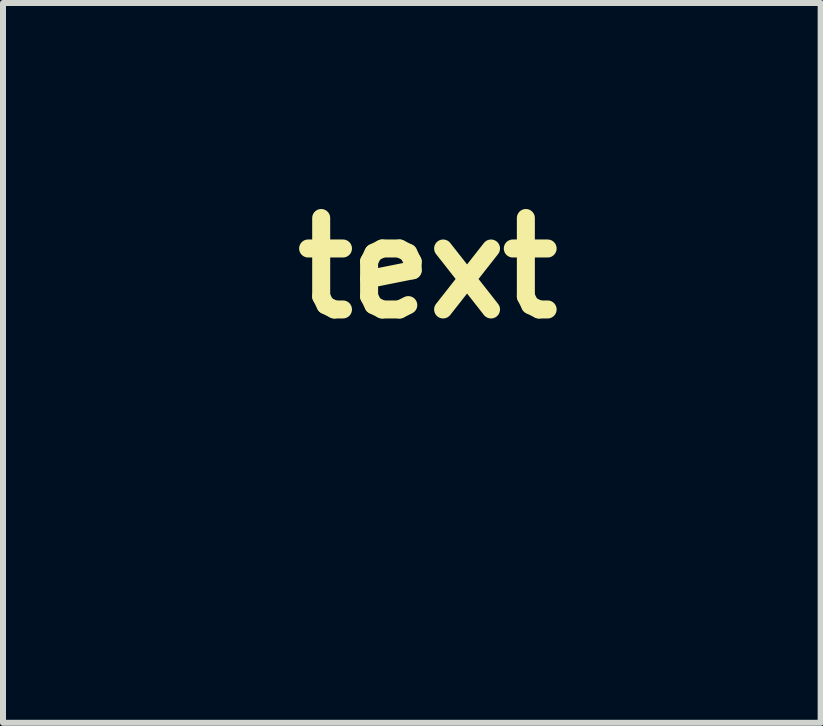
<source format=kicad_pcb>
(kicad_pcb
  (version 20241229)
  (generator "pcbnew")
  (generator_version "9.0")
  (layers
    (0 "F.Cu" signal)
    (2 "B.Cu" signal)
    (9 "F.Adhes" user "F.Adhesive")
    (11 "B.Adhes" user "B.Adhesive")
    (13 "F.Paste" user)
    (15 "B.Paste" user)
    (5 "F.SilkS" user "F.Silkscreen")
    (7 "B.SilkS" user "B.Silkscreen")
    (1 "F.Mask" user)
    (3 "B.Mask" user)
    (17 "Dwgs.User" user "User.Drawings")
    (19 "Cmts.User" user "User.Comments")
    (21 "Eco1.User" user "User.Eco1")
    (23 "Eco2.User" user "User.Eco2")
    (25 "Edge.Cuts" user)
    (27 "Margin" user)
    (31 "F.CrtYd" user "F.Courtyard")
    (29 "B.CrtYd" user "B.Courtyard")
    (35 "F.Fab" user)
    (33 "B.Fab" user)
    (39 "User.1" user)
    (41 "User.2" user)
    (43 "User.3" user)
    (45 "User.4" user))
  (footprint "text"
    (layer "F.Cu")
    (at 4.081 3.958)
    (property "Reference" "text" (at 0 -2.54 0) (layer "F.SilkS") (effects (font (size 1.524 1.524) (thickness 0.3))))
    (attr board_only exclude_from_pos_files exclude_from_bom)
    (fp_poly (pts (xy 2.83 -1.721) (xy 2.826 -1.715) (xy 2.813 -1.714) (xy 2.8 -1.717) (xy 2.805 -1.722) (xy 2.826 -1.723)) (stroke (width 0) (type solid)) (fill yes) (layer "F.Mask"))
    (fp_poly (pts (xy -0.702 -0.999) (xy -0.669 -0.98) (xy -0.646 -0.945) (xy -0.64 -0.906) (xy -0.645 -0.885) (xy -0.653 -0.844) (xy -0.647 -0.789) (xy -0.642 -0.749) (xy -0.642 -0.721) (xy -0.645 -0.712) (xy -0.648 -0.696) (xy -0.648 -0.66) (xy -0.646 -0.609) (xy -0.642 -0.562) (xy -0.636 -0.494) (xy -0.634 -0.447) (xy -0.637 -0.415) (xy -0.644 -0.394) (xy -0.644 -0.392) (xy -0.654 -0.362) (xy -0.652 -0.341) (xy -0.649 -0.316) (xy -0.652 -0.307) (xy -0.656 -0.287) (xy -0.661 -0.247) (xy -0.665 -0.191) (xy -0.668 -0.124) (xy -0.671 -0.05) (xy -0.673 0.025) (xy -0.674 0.098) (xy -0.674 0.163) (xy -0.673 0.216) (xy -0.67 0.252) (xy -0.667 0.266) (xy -0.662 0.291) (xy -0.667 0.305) (xy -0.672 0.328) (xy -0.677 0.369) (xy -0.68 0.422) (xy -0.681 0.445) (xy -0.682 0.496) (xy -0.68 0.536) (xy -0.674 0.565) (xy -0.658 0.585) (xy -0.632 0.599) (xy -0.591 0.607) (xy -0.532 0.611) (xy -0.454 0.613) (xy -0.37 0.614) (xy -0.286 0.615) (xy -0.206 0.617) (xy -0.136 0.619) (xy -0.081 0.621) (xy -0.047 0.624) (xy -0.045 0.624) (xy -0.000218 0.628) (xy 0.059 0.633) (xy 0.119 0.638) (xy 0.127 0.639) (xy 0.186 0.645) (xy 0.225 0.653) (xy 0.252 0.665) (xy 0.263 0.675) (xy 0.282 0.697) (xy 0.284 0.721) (xy 0.269 0.752) (xy 0.254 0.773) (xy 0.246 0.784) (xy 0.235 0.793) (xy 0.22 0.799) (xy 0.195 0.803) (xy 0.158 0.805) (xy 0.104 0.807) (xy 0.029 0.809) (xy -0.01 0.81) (xy -0.091 0.812) (xy -0.166 0.813) (xy -0.232 0.814) (xy -0.282 0.814) (xy -0.309 0.815) (xy -0.346 0.817) (xy -0.371 0.824) (xy -0.376 0.828) (xy -0.391 0.835) (xy -0.417 0.825) (xy -0.453 0.815) (xy -0.505 0.813) (xy -0.563 0.818) (xy -0.619 0.829) (xy -0.657 0.842) (xy -0.687 0.856) (xy -0.714 0.871) (xy -0.747 0.891) (xy -0.786 0.916) (xy -0.811 0.93) (xy -0.833 0.929) (xy -0.857 0.918) (xy -0.894 0.894) (xy -0.923 0.867) (xy -0.93 0.858) (xy -0.936 0.848) (xy -0.941 0.835) (xy -0.944 0.814) (xy -0.946 0.784) (xy -0.947 0.742) (xy -0.948 0.686) (xy -0.947 0.612) (xy -0.946 0.518) (xy -0.945 0.4) (xy -0.945 0.396) (xy -0.944 0.288) (xy -0.943 0.187) (xy -0.944 0.095) (xy -0.945 0.016) (xy -0.947 -0.047) (xy -0.949 -0.09) (xy -0.951 -0.106) (xy -0.953 -0.165) (xy -0.935 -0.211) (xy -0.911 -0.233) (xy -0.905 -0.251) (xy -0.907 -0.268) (xy -0.906 -0.302) (xy -0.893 -0.33) (xy -0.877 -0.368) (xy -0.874 -0.403) (xy -0.872 -0.434) (xy -0.862 -0.452) (xy -0.852 -0.471) (xy -0.845 -0.514) (xy -0.841 -0.568) (xy -0.838 -0.619) (xy -0.832 -0.661) (xy -0.825 -0.687) (xy -0.823 -0.69) (xy -0.816 -0.715) (xy -0.817 -0.758) (xy -0.818 -0.766) (xy -0.822 -0.806) (xy -0.816 -0.823) (xy -0.813 -0.824) (xy -0.801 -0.835) (xy -0.799 -0.85) (xy -0.804 -0.868) (xy -0.82 -0.867) (xy -0.834 -0.863) (xy -0.833 -0.871) (xy -0.82 -0.889) (xy -0.804 -0.92) (xy -0.799 -0.943) (xy -0.787 -0.969) (xy -0.759 -0.99) (xy -0.725 -1.001)) (stroke (width 0) (type solid)) (fill yes) (layer "F.Mask"))
    (fp_poly (pts (xy 2.901 -1.638) (xy 2.906 -1.629) (xy 2.917 -1.616) (xy 2.923 -1.616) (xy 2.932 -1.608) (xy 2.947 -1.582) (xy 2.965 -1.544) (xy 2.983 -1.501) (xy 2.999 -1.459) (xy 3.01 -1.425) (xy 3.014 -1.405) (xy 3.019 -1.381) (xy 3.025 -1.373) (xy 3.037 -1.356) (xy 3.046 -1.33) (xy 3.057 -1.301) (xy 3.07 -1.285) (xy 3.077 -1.273) (xy 3.067 -1.264) (xy 3.058 -1.253) (xy 3.055 -1.234) (xy 3.058 -1.2) (xy 3.064 -1.154) (xy 3.073 -1.102) (xy 3.084 -1.058) (xy 3.095 -1.029) (xy 3.096 -1.027) (xy 3.109 -0.998) (xy 3.123 -0.955) (xy 3.129 -0.93) (xy 3.143 -0.876) (xy 3.164 -0.818) (xy 3.173 -0.794) (xy 3.209 -0.708) (xy 3.229 -0.64) (xy 3.233 -0.602) (xy 3.237 -0.574) (xy 3.246 -0.56) (xy 3.264 -0.538) (xy 3.281 -0.498) (xy 3.295 -0.447) (xy 3.304 -0.392) (xy 3.304 -0.391) (xy 3.314 -0.337) (xy 3.332 -0.278) (xy 3.342 -0.254) (xy 3.369 -0.19) (xy 3.388 -0.135) (xy 3.398 -0.093) (xy 3.399 -0.075) (xy 3.399 -0.055) (xy 3.4 -0.017) (xy 3.404 0.035) (xy 3.406 0.069) (xy 3.414 0.14) (xy 3.423 0.188) (xy 3.435 0.215) (xy 3.437 0.218) (xy 3.457 0.24) (xy 3.485 0.273) (xy 3.504 0.297) (xy 3.531 0.333) (xy 3.544 0.362) (xy 3.546 0.393) (xy 3.545 0.409) (xy 3.537 0.448) (xy 3.522 0.471) (xy 3.503 0.483) (xy 3.474 0.497) (xy 3.449 0.503) (xy 3.424 0.498) (xy 3.396 0.482) (xy 3.358 0.453) (xy 3.308 0.408) (xy 3.291 0.392) (xy 3.268 0.358) (xy 3.25 0.308) (xy 3.246 0.293) (xy 3.227 0.231) (xy 3.196 0.173) (xy 3.191 0.165) (xy 3.145 0.103) (xy 3.113 0.054) (xy 3.088 0.015) (xy 3.069 -0.022) (xy 3.062 -0.039) (xy 3.045 -0.072) (xy 3.034 -0.081) (xy 3.03 -0.074) (xy 3.017 -0.055) (xy 3.007 -0.052) (xy 2.991 -0.06) (xy 2.99 -0.079) (xy 3.003 -0.093) (xy 3.004 -0.093) (xy 3.012 -0.103) (xy 3.007 -0.124) (xy 2.988 -0.159) (xy 2.963 -0.2) (xy 2.933 -0.25) (xy 2.912 -0.296) (xy 2.905 -0.321) (xy 2.893 -0.343) (xy 2.881 -0.354) (xy 2.863 -0.377) (xy 2.859 -0.391) (xy 2.849 -0.412) (xy 2.828 -0.432) (xy 2.802 -0.454) (xy 2.789 -0.473) (xy 2.791 -0.486) (xy 2.808 -0.486) (xy 2.834 -0.485) (xy 2.84 -0.499) (xy 2.825 -0.522) (xy 2.823 -0.524) (xy 2.806 -0.549) (xy 2.787 -0.589) (xy 2.776 -0.621) (xy 2.76 -0.665) (xy 2.746 -0.69) (xy 2.736 -0.695) (xy 2.731 -0.676) (xy 2.731 -0.669) (xy 2.726 -0.651) (xy 2.718 -0.65) (xy 2.706 -0.668) (xy 2.707 -0.691) (xy 2.718 -0.707) (xy 2.724 -0.708) (xy 2.741 -0.717) (xy 2.742 -0.722) (xy 2.9 -0.722) (xy 2.904 -0.697) (xy 2.913 -0.686) (xy 2.933 -0.676) (xy 2.947 -0.689) (xy 2.95 -0.707) (xy 2.943 -0.735) (xy 2.924 -0.741) (xy 2.916 -0.738) (xy 2.9 -0.722) (xy 2.742 -0.722) (xy 2.744 -0.725) (xy 2.738 -0.753) (xy 2.723 -0.783) (xy 2.707 -0.806) (xy 2.696 -0.811) (xy 2.673 -0.821) (xy 2.653 -0.842) (xy 2.645 -0.866) (xy 2.646 -0.871) (xy 2.642 -0.886) (xy 2.627 -0.889) (xy 2.607 -0.881) (xy 2.602 -0.87) (xy 2.594 -0.851) (xy 2.575 -0.819) (xy 2.557 -0.793) (xy 2.532 -0.757) (xy 2.516 -0.725) (xy 2.512 -0.711) (xy 2.504 -0.686) (xy 2.486 -0.653) (xy 2.481 -0.645) (xy 2.454 -0.601) (xy 2.425 -0.539) (xy 2.398 -0.468) (xy 2.391 -0.447) (xy 2.374 -0.427) (xy 2.344 -0.41) (xy 2.318 -0.398) (xy 2.306 -0.385) (xy 2.306 -0.384) (xy 2.295 -0.372) (xy 2.268 -0.357) (xy 2.257 -0.352) (xy 2.211 -0.341) (xy 2.147 -0.338) (xy 2.072 -0.343) (xy 2.002 -0.353) (xy 1.976 -0.357) (xy 1.935 -0.362) (xy 1.9 -0.367) (xy 1.854 -0.374) (xy 1.816 -0.383) (xy 1.798 -0.389) (xy 1.778 -0.404) (xy 1.747 -0.432) (xy 1.711 -0.467) (xy 1.674 -0.504) (xy 1.642 -0.538) (xy 1.619 -0.566) (xy 1.61 -0.581) (xy 1.61 -0.581) (xy 1.6 -0.595) (xy 1.578 -0.607) (xy 1.548 -0.615) (xy 1.52 -0.604) (xy 1.515 -0.601) (xy 1.5 -0.589) (xy 1.488 -0.572) (xy 1.477 -0.545) (xy 1.465 -0.504) (xy 1.451 -0.444) (xy 1.442 -0.402) (xy 1.432 -0.361) (xy 1.419 -0.327) (xy 1.416 -0.321) (xy 1.405 -0.288) (xy 1.401 -0.257) (xy 1.395 -0.228) (xy 1.383 -0.214) (xy 1.368 -0.197) (xy 1.365 -0.183) (xy 1.359 -0.157) (xy 1.353 -0.147) (xy 1.345 -0.128) (xy 1.337 -0.093) (xy 1.334 -0.071) (xy 1.321 0.034) (xy 1.304 0.125) (xy 1.285 0.199) (xy 1.264 0.253) (xy 1.248 0.277) (xy 1.208 0.338) (xy 1.177 0.413) (xy 1.163 0.483) (xy 1.157 0.529) (xy 1.146 0.589) (xy 1.133 0.652) (xy 1.128 0.673) (xy 1.098 0.792) (xy 1.042 0.814) (xy 0.998 0.83) (xy 0.97 0.834) (xy 0.95 0.827) (xy 0.929 0.806) (xy 0.923 0.798) (xy 0.898 0.759) (xy 0.882 0.716) (xy 0.878 0.677) (xy 0.886 0.653) (xy 0.898 0.63) (xy 0.904 0.601) (xy 0.903 0.576) (xy 0.895 0.563) (xy 0.892 0.564) (xy 0.877 0.559) (xy 0.876 0.554) (xy 0.886 0.541) (xy 0.889 0.541) (xy 0.898 0.53) (xy 0.902 0.507) (xy 0.908 0.476) (xy 0.921 0.459) (xy 0.934 0.437) (xy 0.942 0.403) (xy 0.943 0.399) (xy 0.948 0.366) (xy 0.958 0.345) (xy 0.959 0.344) (xy 0.964 0.331) (xy 0.956 0.326) (xy 0.943 0.31) (xy 0.94 0.294) (xy 0.943 0.276) (xy 0.956 0.28) (xy 0.96 0.283) (xy 0.972 0.292) (xy 0.978 0.29) (xy 0.98 0.272) (xy 0.98 0.234) (xy 0.979 0.219) (xy 0.983 0.17) (xy 0.992 0.116) (xy 0.998 0.097) (xy 1.009 0.052) (xy 1.016 0.012) (xy 1.017 -0.002) (xy 1.024 -0.035) (xy 1.035 -0.054) (xy 1.046 -0.076) (xy 1.056 -0.114) (xy 1.061 -0.142) (xy 1.072 -0.196) (xy 1.088 -0.25) (xy 1.097 -0.27) (xy 1.112 -0.304) (xy 1.124 -0.332) (xy 1.136 -0.363) (xy 1.152 -0.406) (xy 1.158 -0.425) (xy 1.186 -0.513) (xy 1.205 -0.596) (xy 1.211 -0.631) (xy 1.22 -0.686) (xy 1.231 -0.743) (xy 1.236 -0.765) (xy 1.243 -0.811) (xy 1.24 -0.839) (xy 1.237 -0.843) (xy 1.233 -0.86) (xy 1.251 -0.878) (xy 1.255 -0.881) (xy 1.282 -0.897) (xy 1.297 -0.905) (xy 1.311 -0.919) (xy 1.328 -0.949) (xy 1.344 -0.986) (xy 1.355 -1.021) (xy 1.356 -1.027) (xy 1.376 -1.095) (xy 1.408 -1.162) (xy 1.447 -1.222) (xy 1.49 -1.27) (xy 1.534 -1.299) (xy 1.541 -1.302) (xy 1.588 -1.308) (xy 1.639 -1.301) (xy 1.683 -1.283) (xy 1.702 -1.267) (xy 1.726 -1.251) (xy 1.737 -1.249) (xy 1.755 -1.239) (xy 1.781 -1.213) (xy 1.803 -1.183) (xy 1.841 -1.13) (xy 1.868 -1.094) (xy 1.886 -1.073) (xy 1.899 -1.064) (xy 1.909 -1.063) (xy 1.913 -1.065) (xy 1.929 -1.063) (xy 1.932 -1.057) (xy 1.924 -1.048) (xy 1.919 -1.05) (xy 1.907 -1.053) (xy 1.906 -1.052) (xy 1.912 -1.039) (xy 1.929 -1.01) (xy 1.953 -0.969) (xy 1.981 -0.922) (xy 2.01 -0.873) (xy 2.038 -0.828) (xy 2.06 -0.791) (xy 2.074 -0.769) (xy 2.077 -0.765) (xy 2.094 -0.756) (xy 2.119 -0.749) (xy 2.143 -0.744) (xy 2.157 -0.745) (xy 2.157 -0.748) (xy 2.159 -0.758) (xy 2.177 -0.76) (xy 2.18 -0.759) (xy 2.19 -0.767) (xy 2.214 -0.788) (xy 2.246 -0.819) (xy 2.25 -0.823) (xy 2.286 -0.855) (xy 2.315 -0.879) (xy 2.333 -0.889) (xy 2.334 -0.889) (xy 2.348 -0.9) (xy 2.368 -0.927) (xy 2.383 -0.956) (xy 2.406 -0.996) (xy 2.44 -1.041) (xy 2.479 -1.086) (xy 2.519 -1.125) (xy 2.555 -1.156) (xy 2.583 -1.171) (xy 2.589 -1.172) (xy 2.611 -1.184) (xy 2.635 -1.219) (xy 2.64 -1.229) (xy 2.66 -1.264) (xy 2.679 -1.288) (xy 2.686 -1.293) (xy 2.7 -1.31) (xy 2.705 -1.333) (xy 2.71 -1.357) (xy 2.72 -1.365) (xy 2.741 -1.376) (xy 2.759 -1.402) (xy 2.769 -1.431) (xy 2.769 -1.434) (xy 2.775 -1.461) (xy 2.789 -1.495) (xy 2.79 -1.496) (xy 2.8 -1.52) (xy 2.798 -1.528) (xy 2.796 -1.527) (xy 2.784 -1.529) (xy 2.782 -1.54) (xy 2.79 -1.555) (xy 2.802 -1.553) (xy 2.824 -1.556) (xy 2.848 -1.57) (xy 2.86 -1.588) (xy 2.86 -1.59) (xy 2.861 -1.629) (xy 2.87 -1.647) (xy 2.879 -1.649)) (stroke (width 0) (type solid)) (fill yes) (layer "F.Mask"))
    (fp_poly (pts (xy -2.859 -1.506) (xy -2.82 -1.495) (xy -2.792 -1.48) (xy -2.786 -1.474) (xy -2.77 -1.442) (xy -2.756 -1.396) (xy -2.745 -1.344) (xy -2.738 -1.293) (xy -2.736 -1.248) (xy -2.74 -1.218) (xy -2.745 -1.211) (xy -2.755 -1.195) (xy -2.762 -1.175) (xy -2.765 -1.153) (xy -2.751 -1.146) (xy -2.737 -1.138) (xy -2.738 -1.129) (xy -2.737 -1.111) (xy -2.728 -1.079) (xy -2.715 -1.044) (xy -2.701 -1.012) (xy -2.69 -0.994) (xy -2.686 -0.992) (xy -2.685 -1.002) (xy -2.688 -1.014) (xy -2.691 -1.029) (xy -2.687 -1.029) (xy -2.678 -1.011) (xy -2.673 -0.993) (xy -2.654 -0.955) (xy -2.618 -0.923) (xy -2.573 -0.904) (xy -2.551 -0.902) (xy -2.53 -0.896) (xy -2.525 -0.889) (xy -2.513 -0.881) (xy -2.485 -0.876) (xy -2.473 -0.876) (xy -2.436 -0.872) (xy -2.422 -0.86) (xy -2.422 -0.858) (xy -2.412 -0.836) (xy -2.402 -0.824) (xy -2.386 -0.799) (xy -2.383 -0.782) (xy -2.378 -0.747) (xy -2.365 -0.697) (xy -2.347 -0.641) (xy -2.326 -0.583) (xy -2.304 -0.532) (xy -2.284 -0.493) (xy -2.269 -0.473) (xy -2.255 -0.464) (xy -2.258 -0.472) (xy -2.259 -0.473) (xy -2.263 -0.488) (xy -2.252 -0.486) (xy -2.234 -0.471) (xy -2.222 -0.456) (xy -2.231 -0.449) (xy -2.235 -0.449) (xy -2.243 -0.437) (xy -2.236 -0.414) (xy -2.217 -0.386) (xy -2.189 -0.357) (xy -2.157 -0.333) (xy -2.129 -0.311) (xy -2.113 -0.29) (xy -2.112 -0.285) (xy -2.101 -0.261) (xy -2.068 -0.229) (xy -2.016 -0.193) (xy -1.985 -0.174) (xy -1.956 -0.153) (xy -1.939 -0.133) (xy -1.938 -0.129) (xy -1.932 -0.108) (xy -1.918 -0.074) (xy -1.9 -0.032) (xy -1.881 0.012) (xy -1.863 0.051) (xy -1.848 0.078) (xy -1.841 0.089) (xy -1.841 0.089) (xy -1.825 0.092) (xy -1.803 0.107) (xy -1.784 0.127) (xy -1.777 0.14) (xy -1.781 0.151) (xy -1.796 0.142) (xy -1.797 0.142) (xy -1.812 0.132) (xy -1.814 0.139) (xy -1.801 0.164) (xy -1.774 0.208) (xy -1.747 0.25) (xy -1.702 0.323) (xy -1.678 0.382) (xy -1.672 0.429) (xy -1.684 0.465) (xy -1.691 0.473) (xy -1.705 0.494) (xy -1.701 0.513) (xy -1.694 0.523) (xy -1.682 0.553) (xy -1.683 0.575) (xy -1.681 0.595) (xy -1.666 0.622) (xy -1.635 0.661) (xy -1.614 0.684) (xy -1.556 0.754) (xy -1.517 0.817) (xy -1.494 0.88) (xy -1.486 0.92) (xy -1.483 0.956) (xy -1.49 0.977) (xy -1.509 0.994) (xy -1.509 0.994) (xy -1.553 1.016) (xy -1.603 1.034) (xy -1.65 1.045) (xy -1.688 1.047) (xy -1.701 1.043) (xy -1.726 1.035) (xy -1.739 1.037) (xy -1.743 1.052) (xy -1.732 1.074) (xy -1.712 1.097) (xy -1.689 1.111) (xy -1.687 1.112) (xy -1.665 1.125) (xy -1.665 1.143) (xy -1.682 1.155) (xy -1.706 1.151) (xy -1.733 1.126) (xy -1.753 1.103) (xy -1.762 1.098) (xy -1.76 1.114) (xy -1.748 1.152) (xy -1.745 1.159) (xy -1.73 1.221) (xy -1.726 1.28) (xy -1.734 1.33) (xy -1.752 1.366) (xy -1.776 1.382) (xy -1.829 1.383) (xy -1.885 1.361) (xy -1.942 1.319) (xy -1.995 1.259) (xy -2.006 1.244) (xy -2.032 1.208) (xy -2.056 1.178) (xy -2.063 1.17) (xy -2.081 1.143) (xy -2.097 1.105) (xy -2.099 1.097) (xy -2.113 1.06) (xy -2.129 1.033) (xy -2.133 1.03) (xy -2.15 1.009) (xy -2.172 0.974) (xy -2.184 0.954) (xy -2.211 0.909) (xy -2.247 0.862) (xy -2.265 0.841) (xy -2.293 0.812) (xy -2.316 0.797) (xy -2.341 0.791) (xy -2.379 0.791) (xy -2.398 0.793) (xy -2.455 0.797) (xy -2.521 0.804) (xy -2.576 0.811) (xy -2.639 0.817) (xy -2.713 0.822) (xy -2.78 0.824) (xy -2.833 0.825) (xy -2.868 0.828) (xy -2.892 0.835) (xy -2.911 0.849) (xy -2.925 0.862) (xy -2.949 0.891) (xy -2.962 0.918) (xy -2.962 0.923) (xy -2.968 0.948) (xy -2.983 0.984) (xy -2.994 1.006) (xy -3.017 1.064) (xy -3.027 1.13) (xy -3.028 1.148) (xy -3.03 1.184) (xy -3.034 1.214) (xy -3.045 1.243) (xy -3.063 1.277) (xy -3.091 1.323) (xy -3.115 1.359) (xy -3.155 1.417) (xy -3.198 1.473) (xy -3.241 1.525) (xy -3.281 1.567) (xy -3.313 1.597) (xy -3.335 1.61) (xy -3.337 1.61) (xy -3.35 1.62) (xy -3.368 1.645) (xy -3.37 1.649) (xy -3.393 1.676) (xy -3.413 1.681) (xy -3.438 1.682) (xy -3.469 1.694) (xy -3.47 1.694) (xy -3.512 1.71) (xy -3.545 1.711) (xy -3.561 1.7) (xy -3.577 1.696) (xy -3.606 1.707) (xy -3.641 1.733) (xy -3.68 1.768) (xy -3.717 1.81) (xy -3.745 1.848) (xy -3.765 1.878) (xy -3.774 1.894) (xy -3.774 1.895) (xy -3.782 1.91) (xy -3.804 1.934) (xy -3.812 1.943) (xy -3.834 1.968) (xy -3.843 1.986) (xy -3.841 1.99) (xy -3.841 1.995) (xy -3.847 1.992) (xy -3.871 1.989) (xy -3.886 1.995) (xy -3.951 2.024) (xy -4 2.038) (xy -4.032 2.035) (xy -4.039 2.03) (xy -4.05 2.01) (xy -4.064 1.975) (xy -4.07 1.96) (xy -4.08 1.925) (xy -4.081 1.906) (xy -4.071 1.895) (xy -4.066 1.891) (xy -4.05 1.871) (xy -4.05 1.856) (xy -4.045 1.831) (xy -4.018 1.796) (xy -4.012 1.79) (xy -3.982 1.755) (xy -3.969 1.722) (xy -3.967 1.701) (xy -3.961 1.658) (xy -3.948 1.618) (xy -3.934 1.579) (xy -3.928 1.545) (xy -3.925 1.516) (xy -3.916 1.501) (xy -3.91 1.485) (xy -3.906 1.451) (xy -3.904 1.411) (xy -3.903 1.364) (xy -3.897 1.323) (xy -3.891 1.303) (xy -3.882 1.273) (xy -3.877 1.233) (xy -3.877 1.223) (xy -3.883 1.178) (xy -3.904 1.14) (xy -3.916 1.125) (xy -3.938 1.095) (xy -3.95 1.066) (xy -3.954 1.027) (xy -3.954 1.006) (xy -3.951 0.958) (xy -3.942 0.912) (xy -3.93 0.873) (xy -3.916 0.849) (xy -3.903 0.844) (xy -3.902 0.844) (xy -3.891 0.862) (xy -3.89 0.87) (xy -3.879 0.884) (xy -3.854 0.886) (xy -3.818 0.882) (xy -3.806 0.873) (xy -3.817 0.859) (xy -3.819 0.858) (xy -3.832 0.835) (xy -3.833 0.798) (xy -3.823 0.758) (xy -3.805 0.725) (xy -3.793 0.712) (xy -3.788 0.718) (xy -3.785 0.746) (xy -3.785 0.747) (xy -3.784 0.782) (xy -3.783 0.807) (xy -3.783 0.808) (xy -3.778 0.823) (xy -3.766 0.82) (xy -3.756 0.802) (xy -3.755 0.783) (xy -3.753 0.742) (xy -3.752 0.684) (xy -3.751 0.612) (xy -3.751 0.531) (xy -3.751 0.502) (xy -3.751 0.41) (xy -3.75 0.339) (xy -3.749 0.285) (xy -3.746 0.248) (xy -3.038 0.248) (xy -3.03 0.266) (xy -3.016 0.281) (xy -2.996 0.305) (xy -2.988 0.322) (xy -2.987 0.33) (xy -2.979 0.333) (xy -2.96 0.333) (xy -2.926 0.329) (xy -2.871 0.322) (xy -2.868 0.321) (xy -2.816 0.312) (xy -2.769 0.301) (xy -2.737 0.29) (xy -2.7 0.277) (xy -2.653 0.266) (xy -2.637 0.264) (xy -2.599 0.256) (xy -2.583 0.247) (xy -2.582 0.233) (xy -2.578 0.21) (xy -2.559 0.18) (xy -2.556 0.177) (xy -2.536 0.15) (xy -2.531 0.124) (xy -2.54 0.091) (xy -2.565 0.046) (xy -2.572 0.036) (xy -2.59 0.000384) (xy -2.601 -0.03) (xy -2.602 -0.037) (xy -2.613 -0.06) (xy -2.628 -0.068) (xy -2.647 -0.079) (xy -2.648 -0.102) (xy -2.646 -0.108) (xy -2.644 -0.131) (xy -2.656 -0.146) (xy -2.684 -0.16) (xy -2.72 -0.181) (xy -2.731 -0.204) (xy -2.738 -0.232) (xy -2.757 -0.261) (xy -2.779 -0.282) (xy -2.799 -0.289) (xy -2.801 -0.288) (xy -2.82 -0.293) (xy -2.833 -0.308) (xy -2.857 -0.331) (xy -2.89 -0.331) (xy -2.927 -0.31) (xy -2.951 -0.282) (xy -2.953 -0.253) (xy -2.955 -0.227) (xy -2.972 -0.216) (xy -2.983 -0.211) (xy -2.991 -0.2) (xy -2.996 -0.177) (xy -3 -0.14) (xy -3.003 -0.084) (xy -3.005 -0.05) (xy -3.009 0.02) (xy -3.015 0.088) (xy -3.022 0.145) (xy -3.028 0.181) (xy -3.036 0.223) (xy -3.038 0.248) (xy -3.746 0.248) (xy -3.746 0.243) (xy -3.741 0.209) (xy -3.734 0.179) (xy -3.725 0.148) (xy -3.719 0.129) (xy -3.701 0.075) (xy -3.686 0.022) (xy -3.677 -0.017) (xy -3.677 -0.019) (xy -3.666 -0.055) (xy -3.653 -0.08) (xy -3.65 -0.084) (xy -3.637 -0.103) (xy -3.624 -0.138) (xy -3.62 -0.155) (xy -3.606 -0.216) (xy -3.591 -0.271) (xy -3.577 -0.315) (xy -3.566 -0.34) (xy -3.564 -0.343) (xy -3.553 -0.36) (xy -3.537 -0.392) (xy -3.53 -0.407) (xy -3.505 -0.448) (xy -3.475 -0.476) (xy -3.471 -0.478) (xy -3.441 -0.498) (xy -3.424 -0.518) (xy -3.385 -0.589) (xy -3.334 -0.667) (xy -3.296 -0.719) (xy -3.271 -0.755) (xy -3.252 -0.789) (xy -3.239 -0.827) (xy -3.231 -0.873) (xy -3.228 -0.93) (xy -3.23 -1.003) (xy -3.234 -1.096) (xy -3.237 -1.142) (xy -3.247 -1.285) (xy -3.208 -1.324) (xy -3.145 -1.384) (xy -3.088 -1.431) (xy -3.041 -1.464) (xy -3.006 -1.48) (xy -2.997 -1.481) (xy -2.968 -1.487) (xy -2.953 -1.499) (xy -2.934 -1.509) (xy -2.9 -1.511)) (stroke (width 0) (type solid)) (fill yes) (layer "F.Mask")))
  (gr_rect
    (start -3 -3)
    (end 10.627 8.996)
    (stroke (width 0.1) (type default))
    (fill no)
    (layer "Edge.Cuts")))
</source>
